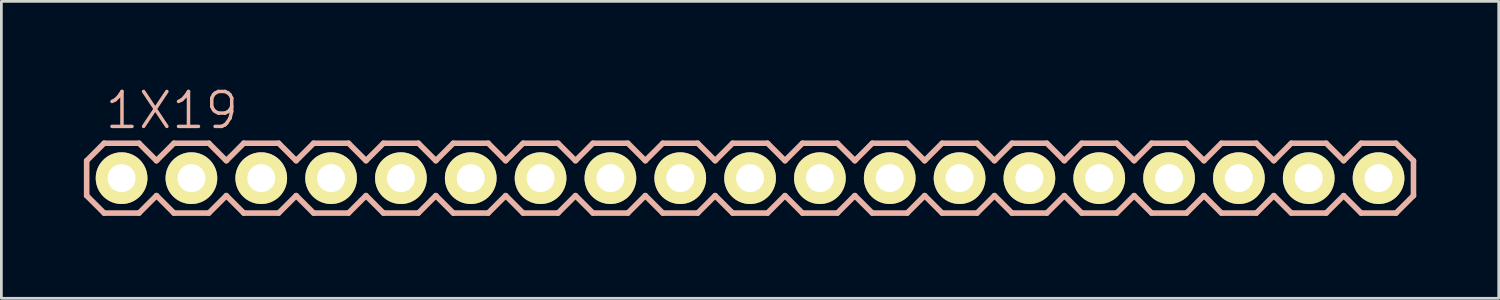
<source format=kicad_pcb>
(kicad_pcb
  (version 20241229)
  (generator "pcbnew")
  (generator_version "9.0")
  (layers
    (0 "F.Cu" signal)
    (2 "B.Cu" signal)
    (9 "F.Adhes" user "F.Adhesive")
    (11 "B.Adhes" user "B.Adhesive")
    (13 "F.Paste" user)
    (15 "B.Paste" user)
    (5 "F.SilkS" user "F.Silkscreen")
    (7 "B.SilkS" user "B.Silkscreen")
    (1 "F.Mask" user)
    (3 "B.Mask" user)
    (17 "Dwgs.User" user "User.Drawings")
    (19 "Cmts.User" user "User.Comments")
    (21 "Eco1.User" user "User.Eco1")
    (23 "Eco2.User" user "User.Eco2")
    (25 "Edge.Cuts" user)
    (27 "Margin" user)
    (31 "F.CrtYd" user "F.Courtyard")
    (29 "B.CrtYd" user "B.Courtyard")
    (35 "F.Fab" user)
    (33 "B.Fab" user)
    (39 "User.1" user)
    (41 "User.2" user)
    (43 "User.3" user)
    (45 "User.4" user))
  (footprint "1X19"
    (layer "F.Cu")
    (at 1.372 3.43)
    (property "Reference" "1X19" (at 1.829 -2.464 0) (layer "B.SilkS") (effects (font (size 1.27 1.27) (thickness 0.127))))
    (attr exclude_from_pos_files exclude_from_bom)
    (fp_line (start -0.254 -0.254) (end 0.254 -0.254) (stroke (width 0.066) (type solid)) (layer "F.SilkS"))
    (fp_line (start -0.254 0.254) (end -0.254 -0.254) (stroke (width 0.066) (type solid)) (layer "F.SilkS"))
    (fp_line (start -0.254 0.254) (end 0.254 0.254) (stroke (width 0.066) (type solid)) (layer "F.SilkS"))
    (fp_line (start 0.254 0.254) (end 0.254 -0.254) (stroke (width 0.066) (type solid)) (layer "F.SilkS"))
    (fp_line (start 2.286 -0.254) (end 2.794 -0.254) (stroke (width 0.066) (type solid)) (layer "F.SilkS"))
    (fp_line (start 2.286 0.254) (end 2.286 -0.254) (stroke (width 0.066) (type solid)) (layer "F.SilkS"))
    (fp_line (start 2.286 0.254) (end 2.794 0.254) (stroke (width 0.066) (type solid)) (layer "F.SilkS"))
    (fp_line (start 2.794 0.254) (end 2.794 -0.254) (stroke (width 0.066) (type solid)) (layer "F.SilkS"))
    (fp_line (start 4.826 -0.254) (end 5.334 -0.254) (stroke (width 0.066) (type solid)) (layer "F.SilkS"))
    (fp_line (start 4.826 0.254) (end 4.826 -0.254) (stroke (width 0.066) (type solid)) (layer "F.SilkS"))
    (fp_line (start 4.826 0.254) (end 5.334 0.254) (stroke (width 0.066) (type solid)) (layer "F.SilkS"))
    (fp_line (start 5.334 0.254) (end 5.334 -0.254) (stroke (width 0.066) (type solid)) (layer "F.SilkS"))
    (fp_line (start 7.366 -0.254) (end 7.874 -0.254) (stroke (width 0.066) (type solid)) (layer "F.SilkS"))
    (fp_line (start 7.366 0.254) (end 7.366 -0.254) (stroke (width 0.066) (type solid)) (layer "F.SilkS"))
    (fp_line (start 7.366 0.254) (end 7.874 0.254) (stroke (width 0.066) (type solid)) (layer "F.SilkS"))
    (fp_line (start 7.874 0.254) (end 7.874 -0.254) (stroke (width 0.066) (type solid)) (layer "F.SilkS"))
    (fp_line (start 9.906 -0.254) (end 10.414 -0.254) (stroke (width 0.066) (type solid)) (layer "F.SilkS"))
    (fp_line (start 9.906 0.254) (end 9.906 -0.254) (stroke (width 0.066) (type solid)) (layer "F.SilkS"))
    (fp_line (start 9.906 0.254) (end 10.414 0.254) (stroke (width 0.066) (type solid)) (layer "F.SilkS"))
    (fp_line (start 10.414 0.254) (end 10.414 -0.254) (stroke (width 0.066) (type solid)) (layer "F.SilkS"))
    (fp_line (start 12.446 -0.254) (end 12.954 -0.254) (stroke (width 0.066) (type solid)) (layer "F.SilkS"))
    (fp_line (start 12.446 0.254) (end 12.446 -0.254) (stroke (width 0.066) (type solid)) (layer "F.SilkS"))
    (fp_line (start 12.446 0.254) (end 12.954 0.254) (stroke (width 0.066) (type solid)) (layer "F.SilkS"))
    (fp_line (start 12.954 0.254) (end 12.954 -0.254) (stroke (width 0.066) (type solid)) (layer "F.SilkS"))
    (fp_line (start 14.986 -0.254) (end 15.494 -0.254) (stroke (width 0.066) (type solid)) (layer "F.SilkS"))
    (fp_line (start 14.986 0.254) (end 14.986 -0.254) (stroke (width 0.066) (type solid)) (layer "F.SilkS"))
    (fp_line (start 14.986 0.254) (end 15.494 0.254) (stroke (width 0.066) (type solid)) (layer "F.SilkS"))
    (fp_line (start 15.494 0.254) (end 15.494 -0.254) (stroke (width 0.066) (type solid)) (layer "F.SilkS"))
    (fp_line (start 17.523 -0.254) (end 18.034 -0.254) (stroke (width 0.066) (type solid)) (layer "F.SilkS"))
    (fp_line (start 17.523 0.254) (end 17.523 -0.254) (stroke (width 0.066) (type solid)) (layer "F.SilkS"))
    (fp_line (start 17.523 0.254) (end 18.034 0.254) (stroke (width 0.066) (type solid)) (layer "F.SilkS"))
    (fp_line (start 18.034 0.254) (end 18.034 -0.254) (stroke (width 0.066) (type solid)) (layer "F.SilkS"))
    (fp_line (start 20.066 -0.254) (end 20.574 -0.254) (stroke (width 0.066) (type solid)) (layer "F.SilkS"))
    (fp_line (start 20.066 0.254) (end 20.066 -0.254) (stroke (width 0.066) (type solid)) (layer "F.SilkS"))
    (fp_line (start 20.066 0.254) (end 20.574 0.254) (stroke (width 0.066) (type solid)) (layer "F.SilkS"))
    (fp_line (start 20.574 0.254) (end 20.574 -0.254) (stroke (width 0.066) (type solid)) (layer "F.SilkS"))
    (fp_line (start 22.606 -0.254) (end 23.114 -0.254) (stroke (width 0.066) (type solid)) (layer "F.SilkS"))
    (fp_line (start 22.606 0.254) (end 22.606 -0.254) (stroke (width 0.066) (type solid)) (layer "F.SilkS"))
    (fp_line (start 22.606 0.254) (end 23.114 0.254) (stroke (width 0.066) (type solid)) (layer "F.SilkS"))
    (fp_line (start 23.114 0.254) (end 23.114 -0.254) (stroke (width 0.066) (type solid)) (layer "F.SilkS"))
    (fp_line (start 25.146 -0.254) (end 25.654 -0.254) (stroke (width 0.066) (type solid)) (layer "F.SilkS"))
    (fp_line (start 25.146 0.254) (end 25.146 -0.254) (stroke (width 0.066) (type solid)) (layer "F.SilkS"))
    (fp_line (start 25.146 0.254) (end 25.654 0.254) (stroke (width 0.066) (type solid)) (layer "F.SilkS"))
    (fp_line (start 25.654 0.254) (end 25.654 -0.254) (stroke (width 0.066) (type solid)) (layer "F.SilkS"))
    (fp_line (start 27.686 -0.254) (end 28.194 -0.254) (stroke (width 0.066) (type solid)) (layer "F.SilkS"))
    (fp_line (start 27.686 0.254) (end 27.686 -0.254) (stroke (width 0.066) (type solid)) (layer "F.SilkS"))
    (fp_line (start 27.686 0.254) (end 28.194 0.254) (stroke (width 0.066) (type solid)) (layer "F.SilkS"))
    (fp_line (start 28.194 0.254) (end 28.194 -0.254) (stroke (width 0.066) (type solid)) (layer "F.SilkS"))
    (fp_line (start 30.226 -0.254) (end 30.734 -0.254) (stroke (width 0.066) (type solid)) (layer "F.SilkS"))
    (fp_line (start 30.226 0.254) (end 30.226 -0.254) (stroke (width 0.066) (type solid)) (layer "F.SilkS"))
    (fp_line (start 30.226 0.254) (end 30.734 0.254) (stroke (width 0.066) (type solid)) (layer "F.SilkS"))
    (fp_line (start 30.734 0.254) (end 30.734 -0.254) (stroke (width 0.066) (type solid)) (layer "F.SilkS"))
    (fp_line (start 32.766 -0.254) (end 33.274 -0.254) (stroke (width 0.066) (type solid)) (layer "F.SilkS"))
    (fp_line (start 32.766 0.254) (end 32.766 -0.254) (stroke (width 0.066) (type solid)) (layer "F.SilkS"))
    (fp_line (start 32.766 0.254) (end 33.274 0.254) (stroke (width 0.066) (type solid)) (layer "F.SilkS"))
    (fp_line (start 33.274 0.254) (end 33.274 -0.254) (stroke (width 0.066) (type solid)) (layer "F.SilkS"))
    (fp_line (start 35.303 -0.254) (end 35.814 -0.254) (stroke (width 0.066) (type solid)) (layer "F.SilkS"))
    (fp_line (start 35.303 0.254) (end 35.303 -0.254) (stroke (width 0.066) (type solid)) (layer "F.SilkS"))
    (fp_line (start 35.303 0.254) (end 35.814 0.254) (stroke (width 0.066) (type solid)) (layer "F.SilkS"))
    (fp_line (start 35.814 0.254) (end 35.814 -0.254) (stroke (width 0.066) (type solid)) (layer "F.SilkS"))
    (fp_line (start 37.846 -0.254) (end 38.354 -0.254) (stroke (width 0.066) (type solid)) (layer "F.SilkS"))
    (fp_line (start 37.846 0.254) (end 37.846 -0.254) (stroke (width 0.066) (type solid)) (layer "F.SilkS"))
    (fp_line (start 37.846 0.254) (end 38.354 0.254) (stroke (width 0.066) (type solid)) (layer "F.SilkS"))
    (fp_line (start 38.354 0.254) (end 38.354 -0.254) (stroke (width 0.066) (type solid)) (layer "F.SilkS"))
    (fp_line (start 40.386 -0.254) (end 40.894 -0.254) (stroke (width 0.066) (type solid)) (layer "F.SilkS"))
    (fp_line (start 40.386 0.254) (end 40.386 -0.254) (stroke (width 0.066) (type solid)) (layer "F.SilkS"))
    (fp_line (start 40.386 0.254) (end 40.894 0.254) (stroke (width 0.066) (type solid)) (layer "F.SilkS"))
    (fp_line (start 40.894 0.254) (end 40.894 -0.254) (stroke (width 0.066) (type solid)) (layer "F.SilkS"))
    (fp_line (start 42.926 -0.254) (end 43.434 -0.254) (stroke (width 0.066) (type solid)) (layer "F.SilkS"))
    (fp_line (start 42.926 0.254) (end 42.926 -0.254) (stroke (width 0.066) (type solid)) (layer "F.SilkS"))
    (fp_line (start 42.926 0.254) (end 43.434 0.254) (stroke (width 0.066) (type solid)) (layer "F.SilkS"))
    (fp_line (start 43.434 0.254) (end 43.434 -0.254) (stroke (width 0.066) (type solid)) (layer "F.SilkS"))
    (fp_line (start 45.466 -0.254) (end 45.974 -0.254) (stroke (width 0.066) (type solid)) (layer "F.SilkS"))
    (fp_line (start 45.466 0.254) (end 45.466 -0.254) (stroke (width 0.066) (type solid)) (layer "F.SilkS"))
    (fp_line (start 45.466 0.254) (end 45.974 0.254) (stroke (width 0.066) (type solid)) (layer "F.SilkS"))
    (fp_line (start 45.974 0.254) (end 45.974 -0.254) (stroke (width 0.066) (type solid)) (layer "F.SilkS"))
    (fp_line (start -1.27 -0.635) (end -1.27 0.635) (stroke (width 0.203) (type solid)) (layer "B.SilkS"))
    (fp_line (start -1.27 0.635) (end -0.635 1.27) (stroke (width 0.203) (type solid)) (layer "B.SilkS"))
    (fp_line (start -0.635 -1.27) (end -1.27 -0.635) (stroke (width 0.203) (type solid)) (layer "B.SilkS"))
    (fp_line (start -0.635 -1.27) (end 0.635 -1.27) (stroke (width 0.203) (type solid)) (layer "B.SilkS"))
    (fp_line (start 0.635 -1.27) (end 1.27 -0.635) (stroke (width 0.203) (type solid)) (layer "B.SilkS"))
    (fp_line (start 0.635 1.27) (end -0.635 1.27) (stroke (width 0.203) (type solid)) (layer "B.SilkS"))
    (fp_line (start 1.27 -0.635) (end 1.905 -1.27) (stroke (width 0.203) (type solid)) (layer "B.SilkS"))
    (fp_line (start 1.27 0.635) (end 0.635 1.27) (stroke (width 0.203) (type solid)) (layer "B.SilkS"))
    (fp_line (start 1.905 -1.27) (end 3.175 -1.27) (stroke (width 0.203) (type solid)) (layer "B.SilkS"))
    (fp_line (start 1.905 1.27) (end 1.27 0.635) (stroke (width 0.203) (type solid)) (layer "B.SilkS"))
    (fp_line (start 3.175 -1.27) (end 3.81 -0.635) (stroke (width 0.203) (type solid)) (layer "B.SilkS"))
    (fp_line (start 3.175 1.27) (end 1.905 1.27) (stroke (width 0.203) (type solid)) (layer "B.SilkS"))
    (fp_line (start 3.81 -0.635) (end 4.445 -1.27) (stroke (width 0.203) (type solid)) (layer "B.SilkS"))
    (fp_line (start 3.81 0.635) (end 3.175 1.27) (stroke (width 0.203) (type solid)) (layer "B.SilkS"))
    (fp_line (start 4.445 -1.27) (end 5.715 -1.27) (stroke (width 0.203) (type solid)) (layer "B.SilkS"))
    (fp_line (start 4.445 1.27) (end 3.81 0.635) (stroke (width 0.203) (type solid)) (layer "B.SilkS"))
    (fp_line (start 5.715 -1.27) (end 6.35 -0.635) (stroke (width 0.203) (type solid)) (layer "B.SilkS"))
    (fp_line (start 5.715 1.27) (end 4.445 1.27) (stroke (width 0.203) (type solid)) (layer "B.SilkS"))
    (fp_line (start 6.35 0.635) (end 5.715 1.27) (stroke (width 0.203) (type solid)) (layer "B.SilkS"))
    (fp_line (start 6.35 0.635) (end 6.985 1.27) (stroke (width 0.203) (type solid)) (layer "B.SilkS"))
    (fp_line (start 6.985 -1.27) (end 6.35 -0.635) (stroke (width 0.203) (type solid)) (layer "B.SilkS"))
    (fp_line (start 6.985 -1.27) (end 8.255 -1.27) (stroke (width 0.203) (type solid)) (layer "B.SilkS"))
    (fp_line (start 8.255 -1.27) (end 8.89 -0.635) (stroke (width 0.203) (type solid)) (layer "B.SilkS"))
    (fp_line (start 8.255 1.27) (end 6.985 1.27) (stroke (width 0.203) (type solid)) (layer "B.SilkS"))
    (fp_line (start 8.89 -0.635) (end 9.525 -1.27) (stroke (width 0.203) (type solid)) (layer "B.SilkS"))
    (fp_line (start 8.89 0.635) (end 8.255 1.27) (stroke (width 0.203) (type solid)) (layer "B.SilkS"))
    (fp_line (start 9.525 -1.27) (end 10.795 -1.27) (stroke (width 0.203) (type solid)) (layer "B.SilkS"))
    (fp_line (start 9.525 1.27) (end 8.89 0.635) (stroke (width 0.203) (type solid)) (layer "B.SilkS"))
    (fp_line (start 10.795 -1.27) (end 11.43 -0.635) (stroke (width 0.203) (type solid)) (layer "B.SilkS"))
    (fp_line (start 10.795 1.27) (end 9.525 1.27) (stroke (width 0.203) (type solid)) (layer "B.SilkS"))
    (fp_line (start 11.43 -0.635) (end 12.065 -1.27) (stroke (width 0.203) (type solid)) (layer "B.SilkS"))
    (fp_line (start 11.43 0.635) (end 10.795 1.27) (stroke (width 0.203) (type solid)) (layer "B.SilkS"))
    (fp_line (start 12.065 -1.27) (end 13.335 -1.27) (stroke (width 0.203) (type solid)) (layer "B.SilkS"))
    (fp_line (start 12.065 1.27) (end 11.43 0.635) (stroke (width 0.203) (type solid)) (layer "B.SilkS"))
    (fp_line (start 13.335 -1.27) (end 13.97 -0.635) (stroke (width 0.203) (type solid)) (layer "B.SilkS"))
    (fp_line (start 13.335 1.27) (end 12.065 1.27) (stroke (width 0.203) (type solid)) (layer "B.SilkS"))
    (fp_line (start 13.97 0.635) (end 13.335 1.27) (stroke (width 0.203) (type solid)) (layer "B.SilkS"))
    (fp_line (start 13.97 0.635) (end 14.605 1.27) (stroke (width 0.203) (type solid)) (layer "B.SilkS"))
    (fp_line (start 14.605 -1.27) (end 13.97 -0.635) (stroke (width 0.203) (type solid)) (layer "B.SilkS"))
    (fp_line (start 14.605 -1.27) (end 15.875 -1.27) (stroke (width 0.203) (type solid)) (layer "B.SilkS"))
    (fp_line (start 15.875 -1.27) (end 16.51 -0.635) (stroke (width 0.203) (type solid)) (layer "B.SilkS"))
    (fp_line (start 15.875 1.27) (end 14.605 1.27) (stroke (width 0.203) (type solid)) (layer "B.SilkS"))
    (fp_line (start 16.51 0.635) (end 15.875 1.27) (stroke (width 0.203) (type solid)) (layer "B.SilkS"))
    (fp_line (start 16.51 0.635) (end 17.145 1.27) (stroke (width 0.203) (type solid)) (layer "B.SilkS"))
    (fp_line (start 17.145 -1.27) (end 16.51 -0.635) (stroke (width 0.203) (type solid)) (layer "B.SilkS"))
    (fp_line (start 17.145 -1.27) (end 18.415 -1.27) (stroke (width 0.203) (type solid)) (layer "B.SilkS"))
    (fp_line (start 18.415 -1.27) (end 19.05 -0.635) (stroke (width 0.203) (type solid)) (layer "B.SilkS"))
    (fp_line (start 18.415 1.27) (end 17.145 1.27) (stroke (width 0.203) (type solid)) (layer "B.SilkS"))
    (fp_line (start 19.05 -0.635) (end 19.685 -1.27) (stroke (width 0.203) (type solid)) (layer "B.SilkS"))
    (fp_line (start 19.05 0.635) (end 18.415 1.27) (stroke (width 0.203) (type solid)) (layer "B.SilkS"))
    (fp_line (start 19.685 -1.27) (end 20.955 -1.27) (stroke (width 0.203) (type solid)) (layer "B.SilkS"))
    (fp_line (start 19.685 1.27) (end 19.05 0.635) (stroke (width 0.203) (type solid)) (layer "B.SilkS"))
    (fp_line (start 20.955 -1.27) (end 21.59 -0.635) (stroke (width 0.203) (type solid)) (layer "B.SilkS"))
    (fp_line (start 20.955 1.27) (end 19.685 1.27) (stroke (width 0.203) (type solid)) (layer "B.SilkS"))
    (fp_line (start 21.59 -0.635) (end 22.225 -1.27) (stroke (width 0.203) (type solid)) (layer "B.SilkS"))
    (fp_line (start 21.59 0.635) (end 20.955 1.27) (stroke (width 0.203) (type solid)) (layer "B.SilkS"))
    (fp_line (start 22.225 -1.27) (end 23.495 -1.27) (stroke (width 0.203) (type solid)) (layer "B.SilkS"))
    (fp_line (start 22.225 1.27) (end 21.59 0.635) (stroke (width 0.203) (type solid)) (layer "B.SilkS"))
    (fp_line (start 23.495 -1.27) (end 24.13 -0.635) (stroke (width 0.203) (type solid)) (layer "B.SilkS"))
    (fp_line (start 23.495 1.27) (end 22.225 1.27) (stroke (width 0.203) (type solid)) (layer "B.SilkS"))
    (fp_line (start 24.13 0.635) (end 23.495 1.27) (stroke (width 0.203) (type solid)) (layer "B.SilkS"))
    (fp_line (start 24.13 0.635) (end 24.765 1.27) (stroke (width 0.203) (type solid)) (layer "B.SilkS"))
    (fp_line (start 24.765 -1.27) (end 24.13 -0.635) (stroke (width 0.203) (type solid)) (layer "B.SilkS"))
    (fp_line (start 24.765 -1.27) (end 26.035 -1.27) (stroke (width 0.203) (type solid)) (layer "B.SilkS"))
    (fp_line (start 26.035 -1.27) (end 26.67 -0.635) (stroke (width 0.203) (type solid)) (layer "B.SilkS"))
    (fp_line (start 26.035 1.27) (end 24.765 1.27) (stroke (width 0.203) (type solid)) (layer "B.SilkS"))
    (fp_line (start 26.67 -0.635) (end 27.305 -1.27) (stroke (width 0.203) (type solid)) (layer "B.SilkS"))
    (fp_line (start 26.67 0.635) (end 26.035 1.27) (stroke (width 0.203) (type solid)) (layer "B.SilkS"))
    (fp_line (start 27.305 -1.27) (end 28.575 -1.27) (stroke (width 0.203) (type solid)) (layer "B.SilkS"))
    (fp_line (start 27.305 1.27) (end 26.67 0.635) (stroke (width 0.203) (type solid)) (layer "B.SilkS"))
    (fp_line (start 28.575 -1.27) (end 29.21 -0.635) (stroke (width 0.203) (type solid)) (layer "B.SilkS"))
    (fp_line (start 28.575 1.27) (end 27.305 1.27) (stroke (width 0.203) (type solid)) (layer "B.SilkS"))
    (fp_line (start 29.21 -0.635) (end 29.845 -1.27) (stroke (width 0.203) (type solid)) (layer "B.SilkS"))
    (fp_line (start 29.21 0.635) (end 28.575 1.27) (stroke (width 0.203) (type solid)) (layer "B.SilkS"))
    (fp_line (start 29.845 -1.27) (end 31.115 -1.27) (stroke (width 0.203) (type solid)) (layer "B.SilkS"))
    (fp_line (start 29.845 1.27) (end 29.21 0.635) (stroke (width 0.203) (type solid)) (layer "B.SilkS"))
    (fp_line (start 31.115 -1.27) (end 31.75 -0.635) (stroke (width 0.203) (type solid)) (layer "B.SilkS"))
    (fp_line (start 31.115 1.27) (end 29.845 1.27) (stroke (width 0.203) (type solid)) (layer "B.SilkS"))
    (fp_line (start 31.75 0.635) (end 31.115 1.27) (stroke (width 0.203) (type solid)) (layer "B.SilkS"))
    (fp_line (start 31.75 0.635) (end 32.385 1.27) (stroke (width 0.203) (type solid)) (layer "B.SilkS"))
    (fp_line (start 32.385 -1.27) (end 31.75 -0.635) (stroke (width 0.203) (type solid)) (layer "B.SilkS"))
    (fp_line (start 32.385 -1.27) (end 33.655 -1.27) (stroke (width 0.203) (type solid)) (layer "B.SilkS"))
    (fp_line (start 33.655 -1.27) (end 34.29 -0.635) (stroke (width 0.203) (type solid)) (layer "B.SilkS"))
    (fp_line (start 33.655 1.27) (end 32.385 1.27) (stroke (width 0.203) (type solid)) (layer "B.SilkS"))
    (fp_line (start 34.29 0.635) (end 33.655 1.27) (stroke (width 0.203) (type solid)) (layer "B.SilkS"))
    (fp_line (start 34.29 0.635) (end 34.925 1.27) (stroke (width 0.203) (type solid)) (layer "B.SilkS"))
    (fp_line (start 34.925 -1.27) (end 34.29 -0.635) (stroke (width 0.203) (type solid)) (layer "B.SilkS"))
    (fp_line (start 34.925 -1.27) (end 36.195 -1.27) (stroke (width 0.203) (type solid)) (layer "B.SilkS"))
    (fp_line (start 36.195 -1.27) (end 36.83 -0.635) (stroke (width 0.203) (type solid)) (layer "B.SilkS"))
    (fp_line (start 36.195 1.27) (end 34.925 1.27) (stroke (width 0.203) (type solid)) (layer "B.SilkS"))
    (fp_line (start 36.83 0.635) (end 36.195 1.27) (stroke (width 0.203) (type solid)) (layer "B.SilkS"))
    (fp_line (start 36.83 0.635) (end 37.465 1.27) (stroke (width 0.203) (type solid)) (layer "B.SilkS"))
    (fp_line (start 37.465 -1.27) (end 36.83 -0.635) (stroke (width 0.203) (type solid)) (layer "B.SilkS"))
    (fp_line (start 37.465 -1.27) (end 38.735 -1.27) (stroke (width 0.203) (type solid)) (layer "B.SilkS"))
    (fp_line (start 38.735 -1.27) (end 39.37 -0.635) (stroke (width 0.203) (type solid)) (layer "B.SilkS"))
    (fp_line (start 38.735 1.27) (end 37.465 1.27) (stroke (width 0.203) (type solid)) (layer "B.SilkS"))
    (fp_line (start 39.37 0.635) (end 38.735 1.27) (stroke (width 0.203) (type solid)) (layer "B.SilkS"))
    (fp_line (start 39.37 0.635) (end 40.005 1.27) (stroke (width 0.203) (type solid)) (layer "B.SilkS"))
    (fp_line (start 40.005 -1.27) (end 39.37 -0.635) (stroke (width 0.203) (type solid)) (layer "B.SilkS"))
    (fp_line (start 40.005 -1.27) (end 41.275 -1.27) (stroke (width 0.203) (type solid)) (layer "B.SilkS"))
    (fp_line (start 41.275 -1.27) (end 41.91 -0.635) (stroke (width 0.203) (type solid)) (layer "B.SilkS"))
    (fp_line (start 41.275 1.27) (end 40.005 1.27) (stroke (width 0.203) (type solid)) (layer "B.SilkS"))
    (fp_line (start 41.91 0.635) (end 41.275 1.27) (stroke (width 0.203) (type solid)) (layer "B.SilkS"))
    (fp_line (start 41.91 0.635) (end 42.545 1.27) (stroke (width 0.203) (type solid)) (layer "B.SilkS"))
    (fp_line (start 42.545 -1.27) (end 41.91 -0.635) (stroke (width 0.203) (type solid)) (layer "B.SilkS"))
    (fp_line (start 42.545 -1.27) (end 43.815 -1.27) (stroke (width 0.203) (type solid)) (layer "B.SilkS"))
    (fp_line (start 43.815 -1.27) (end 44.45 -0.635) (stroke (width 0.203) (type solid)) (layer "B.SilkS"))
    (fp_line (start 43.815 1.27) (end 42.545 1.27) (stroke (width 0.203) (type solid)) (layer "B.SilkS"))
    (fp_line (start 44.45 0.635) (end 43.815 1.27) (stroke (width 0.203) (type solid)) (layer "B.SilkS"))
    (fp_line (start 44.45 0.635) (end 45.085 1.27) (stroke (width 0.203) (type solid)) (layer "B.SilkS"))
    (fp_line (start 45.085 -1.27) (end 44.45 -0.635) (stroke (width 0.203) (type solid)) (layer "B.SilkS"))
    (fp_line (start 45.085 -1.27) (end 46.355 -1.27) (stroke (width 0.203) (type solid)) (layer "B.SilkS"))
    (fp_line (start 46.355 -1.27) (end 46.99 -0.635) (stroke (width 0.203) (type solid)) (layer "B.SilkS"))
    (fp_line (start 46.355 1.27) (end 45.085 1.27) (stroke (width 0.203) (type solid)) (layer "B.SilkS"))
    (fp_line (start 46.99 -0.635) (end 46.99 0.635) (stroke (width 0.203) (type solid)) (layer "B.SilkS"))
    (fp_line (start 46.99 0.635) (end 46.355 1.27) (stroke (width 0.203) (type solid)) (layer "B.SilkS"))
    (pad "1" thru_hole circle (at 0 0) (size 1.88 1.88) (drill 1.016) (layers "*.Cu" "F.Mask" "F.SilkS" "F.Paste"))
    (pad "2" thru_hole circle (at 2.54 0) (size 1.88 1.88) (drill 1.016) (layers "*.Cu" "F.Mask" "F.SilkS" "F.Paste"))
    (pad "3" thru_hole circle (at 5.08 0) (size 1.88 1.88) (drill 1.016) (layers "*.Cu" "F.Mask" "F.SilkS" "F.Paste"))
    (pad "4" thru_hole circle (at 7.62 0) (size 1.88 1.88) (drill 1.016) (layers "*.Cu" "F.Mask" "F.SilkS" "F.Paste"))
    (pad "5" thru_hole circle (at 10.16 0) (size 1.88 1.88) (drill 1.016) (layers "*.Cu" "F.Mask" "F.SilkS" "F.Paste"))
    (pad "6" thru_hole circle (at 12.7 0) (size 1.88 1.88) (drill 1.016) (layers "*.Cu" "F.Mask" "F.SilkS" "F.Paste"))
    (pad "7" thru_hole circle (at 15.24 0) (size 1.88 1.88) (drill 1.016) (layers "*.Cu" "F.Mask" "F.SilkS" "F.Paste"))
    (pad "8" thru_hole circle (at 17.78 0) (size 1.88 1.88) (drill 1.016) (layers "*.Cu" "F.Mask" "F.SilkS" "F.Paste"))
    (pad "9" thru_hole circle (at 20.32 0) (size 1.88 1.88) (drill 1.016) (layers "*.Cu" "F.Mask" "F.SilkS" "F.Paste"))
    (pad "10" thru_hole circle (at 22.86 0) (size 1.88 1.88) (drill 1.016) (layers "*.Cu" "F.Mask" "F.SilkS" "F.Paste"))
    (pad "11" thru_hole circle (at 25.4 0) (size 1.88 1.88) (drill 1.016) (layers "*.Cu" "F.Mask" "F.SilkS" "F.Paste"))
    (pad "12" thru_hole circle (at 27.94 0) (size 1.88 1.88) (drill 1.016) (layers "*.Cu" "F.Mask" "F.SilkS" "F.Paste"))
    (pad "13" thru_hole circle (at 30.48 0) (size 1.88 1.88) (drill 1.016) (layers "*.Cu" "F.Mask" "F.SilkS" "F.Paste"))
    (pad "14" thru_hole circle (at 33.02 0) (size 1.88 1.88) (drill 1.016) (layers "*.Cu" "F.Mask" "F.SilkS" "F.Paste"))
    (pad "15" thru_hole circle (at 35.56 0) (size 1.88 1.88) (drill 1.016) (layers "*.Cu" "F.Mask" "F.SilkS" "F.Paste"))
    (pad "16" thru_hole circle (at 38.1 0) (size 1.88 1.88) (drill 1.016) (layers "*.Cu" "F.Mask" "F.SilkS" "F.Paste"))
    (pad "17" thru_hole circle (at 40.64 0) (size 1.88 1.88) (drill 1.016) (layers "*.Cu" "F.Mask" "F.SilkS" "F.Paste"))
    (pad "18" thru_hole circle (at 43.18 0) (size 1.88 1.88) (drill 1.016) (layers "*.Cu" "F.Mask" "F.SilkS" "F.Paste"))
    (pad "19" thru_hole circle (at 45.72 0) (size 1.88 1.88) (drill 1.016) (layers "*.Cu" "F.Mask" "F.SilkS" "F.Paste")))
  (gr_rect
    (start -3 -3)
    (end 51.463 7.801)
    (stroke (width 0.1) (type default))
    (fill no)
    (layer "Edge.Cuts")))
</source>
